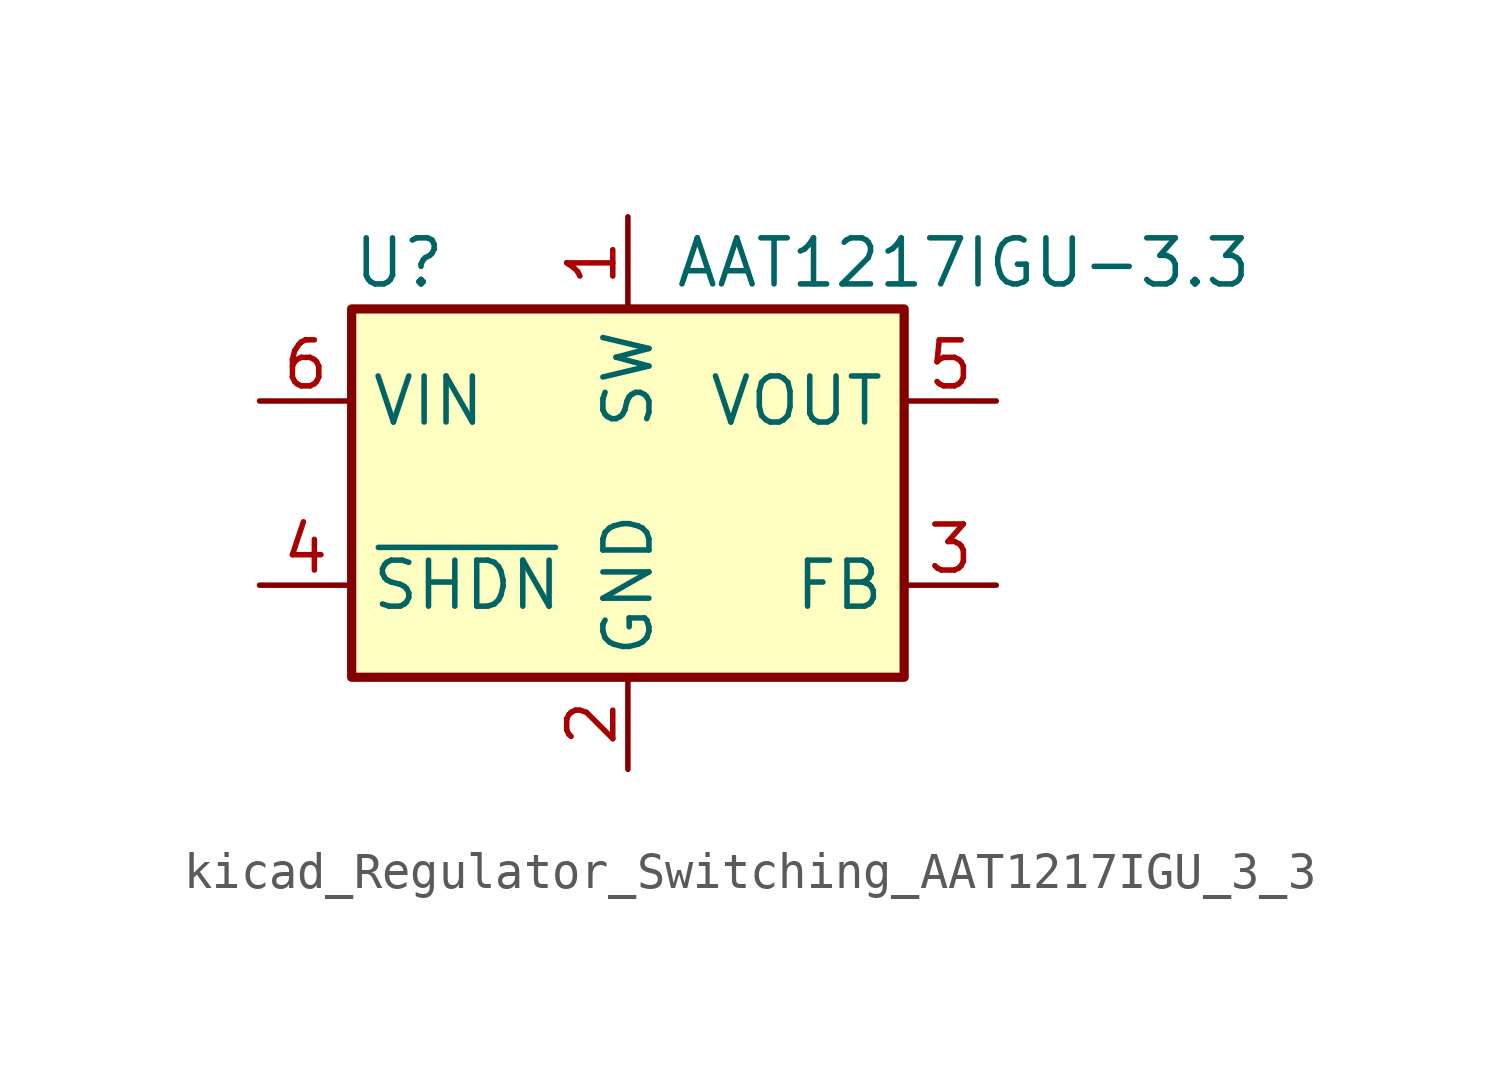
<source format=kicad_sym>
(kicad_symbol_lib
  (version 20220914)
  (generator kicad_symbol_editor)
  (symbol "kicad_Regulator_Switching_AAT1217IGU_3_3"
    (property "Reference" "U"
      (at -7.62 6.35 0)
      (effects (font (size 1.27 1.27)) (justify left)))
    (property "Value" "AAT1217IGU-3.3"
      (at 1.27 6.35 0)
      (effects (font (size 1.27 1.27)) (justify left)))
    (symbol "kicad_Regulator_Switching_AAT1217IGU_3_3_0_1"
      (rectangle (start -7.62 5.08) (end 7.62 -5.08) (stroke (width 0.254) (type default)) (fill (type background))))
    (symbol "kicad_Regulator_Switching_AAT1217IGU_3_3_1_1"
      (pin passive line (at 0 7.62 270) (length 2.54) (name "SW" (effects (font (size 1.27 1.27)))) (number "1" (effects (font (size 1.27 1.27)))))
      (pin power_in line (at 0 -7.62 90) (length 2.54) (name "GND" (effects (font (size 1.27 1.27)))) (number "2" (effects (font (size 1.27 1.27)))))
      (pin passive line (at 10.16 -2.54 180) (length 2.54) (name "FB" (effects (font (size 1.27 1.27)))) (number "3" (effects (font (size 1.27 1.27)))))
      (pin input line (at -10.16 -2.54 0) (length 2.54) (name "~{SHDN}" (effects (font (size 1.27 1.27)))) (number "4" (effects (font (size 1.27 1.27)))))
      (pin power_out line (at 10.16 2.54 180) (length 2.54) (name "VOUT" (effects (font (size 1.27 1.27)))) (number "5" (effects (font (size 1.27 1.27)))))
      (pin power_in line (at -10.16 2.54 0) (length 2.54) (name "VIN" (effects (font (size 1.27 1.27)))) (number "6" (effects (font (size 1.27 1.27))))))))
</source>
